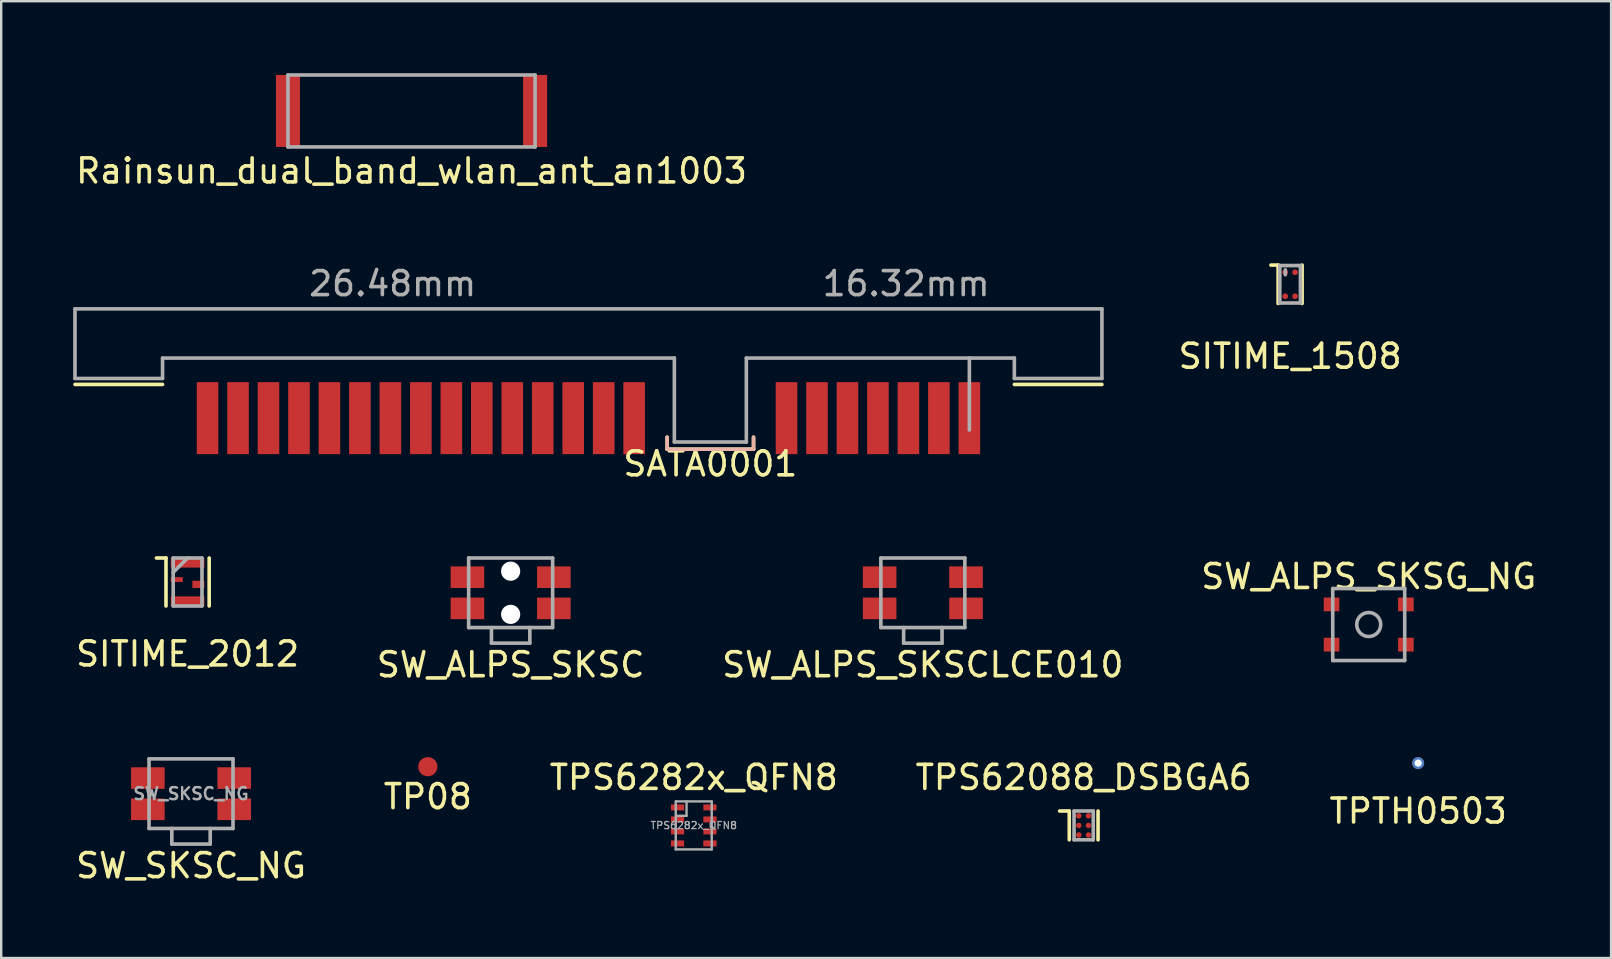
<source format=kicad_pcb>
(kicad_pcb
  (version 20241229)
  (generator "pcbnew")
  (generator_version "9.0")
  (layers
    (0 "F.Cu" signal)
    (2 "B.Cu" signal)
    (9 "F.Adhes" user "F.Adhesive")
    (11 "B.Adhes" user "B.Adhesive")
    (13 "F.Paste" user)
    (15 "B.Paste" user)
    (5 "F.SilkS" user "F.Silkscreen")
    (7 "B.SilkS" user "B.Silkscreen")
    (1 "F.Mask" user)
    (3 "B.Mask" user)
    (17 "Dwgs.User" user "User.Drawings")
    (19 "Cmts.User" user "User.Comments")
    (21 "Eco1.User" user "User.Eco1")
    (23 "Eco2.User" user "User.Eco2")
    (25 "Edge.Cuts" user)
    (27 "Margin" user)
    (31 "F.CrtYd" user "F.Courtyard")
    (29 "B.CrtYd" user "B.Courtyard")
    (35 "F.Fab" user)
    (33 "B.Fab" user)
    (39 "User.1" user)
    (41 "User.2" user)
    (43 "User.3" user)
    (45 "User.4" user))
  (footprint "TPS62088_DSBGA6"
    (layer "F.Cu")
    (at 42.113 31.351)
    (property "Reference" "TPS62088_DSBGA6" (at 0 -2 0) (layer "F.SilkS") (effects (font (size 1 1) (thickness 0.15))))
    (attr through_hole)
    (fp_line (start -1 -0.6) (end -0.6 -0.6) (stroke (width 0.15) (type solid)) (layer "F.SilkS"))
    (fp_line (start -0.6 -0.6) (end -0.6 0.6) (stroke (width 0.15) (type solid)) (layer "F.SilkS"))
    (fp_line (start 0.6 -0.6) (end 0.6 0.6) (stroke (width 0.15) (type solid)) (layer "F.SilkS"))
    (fp_line (start -0.4 -0.6) (end 0.4 -0.6) (stroke (width 0.15) (type solid)) (layer "F.Fab"))
    (fp_line (start -0.4 0.6) (end -0.4 -0.6) (stroke (width 0.15) (type solid)) (layer "F.Fab"))
    (fp_line (start 0.4 -0.6) (end 0.4 0.6) (stroke (width 0.15) (type solid)) (layer "F.Fab"))
    (fp_line (start 0.4 0.6) (end -0.4 0.6) (stroke (width 0.15) (type solid)) (layer "F.Fab"))
    (pad "A1" smd circle (at -0.2 -0.4) (size 0.23 0.23) (layers "F.Cu" "F.Mask" "F.Paste"))
    (pad "A2" smd circle (at 0.2 -0.4) (size 0.23 0.23) (layers "F.Cu" "F.Mask" "F.Paste"))
    (pad "B1" smd circle (at -0.2 0) (size 0.23 0.23) (layers "F.Cu" "F.Mask" "F.Paste"))
    (pad "B2" smd circle (at 0.2 0) (size 0.23 0.23) (layers "F.Cu" "F.Mask" "F.Paste"))
    (pad "C1" smd circle (at -0.2 0.4) (size 0.23 0.23) (layers "F.Cu" "F.Mask" "F.Paste"))
    (pad "C2" smd circle (at 0.2 0.4) (size 0.23 0.23) (layers "F.Cu" "F.Mask" "F.Paste")))
  (footprint "SITIME_2012"
    (layer "F.Cu")
    (at 4.768 21.205)
    (property "Reference" "SITIME_2012" (at 0 3 0) (layer "F.SilkS") (effects (font (size 1 1) (thickness 0.15))))
    (attr through_hole)
    (fp_line (start -0.9 -1) (end -1.3 -1) (stroke (width 0.15) (type solid)) (layer "F.SilkS"))
    (fp_line (start -0.9 -1) (end -0.9 1) (stroke (width 0.15) (type solid)) (layer "F.SilkS"))
    (fp_line (start 0.9 -1) (end 0.9 1) (stroke (width 0.15) (type solid)) (layer "F.SilkS"))
    (fp_line (start -0.6 -1) (end -0.6 1) (stroke (width 0.15) (type solid)) (layer "F.Fab"))
    (fp_line (start -0.6 1) (end 0.6 1) (stroke (width 0.15) (type solid)) (layer "F.Fab"))
    (fp_line (start 0 -1) (end -0.6 -0.4) (stroke (width 0.15) (type solid)) (layer "F.Fab"))
    (fp_line (start 0.6 -1) (end -0.6 -1) (stroke (width 0.15) (type solid)) (layer "F.Fab"))
    (fp_line (start 0.6 1) (end 0.6 -1) (stroke (width 0.15) (type solid)) (layer "F.Fab"))
    (pad "1" smd rect (at 0 -0.8) (size 1.4 0.4) (layers "F.Cu" "F.Mask" "F.Paste"))
    (pad "2" smd rect (at -0.45 -0.1) (size 0.5 0.2) (layers "F.Cu" "F.Mask" "F.Paste"))
    (pad "3" smd rect (at 0 0.8) (size 1.4 0.4) (layers "F.Cu" "F.Mask" "F.Paste"))
    (pad "4" smd rect (at 0.45 0.1) (size 0.5 0.3) (layers "F.Cu" "F.Mask" "F.Paste")))
  (footprint "SW_SKSC_NG"
    (layer "F.Cu")
    (at 4.911 30.028)
    (property "Reference" "SW_SKSC_NG" (at 0 3 0) (layer "F.SilkS") (effects (font (size 1 1) (thickness 0.15))))
    (attr through_hole)
    (fp_line (start -1.75 -1.45) (end 1.75 -1.45) (stroke (width 0.15) (type solid)) (layer "F.Fab"))
    (fp_line (start -1.75 1.45) (end -1.75 -1.45) (stroke (width 0.15) (type solid)) (layer "F.Fab"))
    (fp_line (start -0.8 1.45) (end -0.8 2.1) (stroke (width 0.15) (type solid)) (layer "F.Fab"))
    (fp_line (start -0.8 2.1) (end 0.8 2.1) (stroke (width 0.15) (type solid)) (layer "F.Fab"))
    (fp_line (start 0.8 2.1) (end 0.8 1.45) (stroke (width 0.15) (type solid)) (layer "F.Fab"))
    (fp_line (start 1.75 -1.45) (end 1.75 1.45) (stroke (width 0.15) (type solid)) (layer "F.Fab"))
    (fp_line (start 1.75 1.45) (end -1.75 1.45) (stroke (width 0.15) (type solid)) (layer "F.Fab"))
    (fp_text user "${REFERENCE}" (at 0 0 0) (layer "F.Fab") (effects (font (size 0.5 0.5) (thickness 0.1))))
    (pad "1" smd rect (at -1.8 0.65) (size 1.4 0.9) (layers "F.Cu" "F.Mask" "F.Paste"))
    (pad "2" smd rect (at 1.8 0.65) (size 1.4 0.9) (layers "F.Cu" "F.Mask" "F.Paste"))
    (pad "3" smd rect (at -1.8 -0.65) (size 1.4 0.9) (layers "F.Cu" "F.Mask" "F.Paste"))
    (pad "4" smd rect (at 1.8 -0.65) (size 1.4 0.9) (layers "F.Cu" "F.Mask" "F.Paste")))
  (footprint "TP08"
    (layer "F.Cu")
    (at 14.78 28.903)
    (property "Reference" "TP08" (at 0 1.25 0) (layer "F.SilkS") (effects (font (size 1 1) (thickness 0.15))))
    (attr through_hole)
    (pad "1" smd circle (at 0 0) (size 0.8 0.8) (layers "F.Cu" "F.Mask" "F.Paste")))
  (footprint "SW_ALPS_SKSC"
    (layer "F.Cu")
    (at 18.232 21.655)
    (property "Reference" "SW_ALPS_SKSC" (at 0 3 0) (layer "F.SilkS") (effects (font (size 1 1) (thickness 0.15))))
    (attr through_hole)
    (fp_line (start -1.75 -1.45) (end 1.75 -1.45) (stroke (width 0.15) (type solid)) (layer "F.Fab"))
    (fp_line (start -1.75 1.45) (end -1.75 -1.45) (stroke (width 0.15) (type solid)) (layer "F.Fab"))
    (fp_line (start -0.8 1.45) (end -0.8 2.1) (stroke (width 0.15) (type solid)) (layer "F.Fab"))
    (fp_line (start -0.8 2.1) (end 0.8 2.1) (stroke (width 0.15) (type solid)) (layer "F.Fab"))
    (fp_line (start 0.8 2.1) (end 0.8 1.45) (stroke (width 0.15) (type solid)) (layer "F.Fab"))
    (fp_line (start 1.75 -1.45) (end 1.75 1.45) (stroke (width 0.15) (type solid)) (layer "F.Fab"))
    (fp_line (start 1.75 1.45) (end -1.75 1.45) (stroke (width 0.15) (type solid)) (layer "F.Fab"))
    (pad "" np_thru_hole circle (at 0 -0.9) (size 0.8 0.8) (drill 0.8) (layers "*.Cu" "*.Mask"))
    (pad "" np_thru_hole circle (at 0 0.9) (size 0.8 0.8) (drill 0.8) (layers "*.Cu" "*.Mask"))
    (pad "1" smd rect (at -1.8 0.65) (size 1.4 0.9) (layers "F.Cu" "F.Mask" "F.Paste"))
    (pad "2" smd rect (at 1.8 0.65) (size 1.4 0.9) (layers "F.Cu" "F.Mask" "F.Paste"))
    (pad "3" smd rect (at -1.8 -0.65) (size 1.4 0.9) (layers "F.Cu" "F.Mask" "F.Paste"))
    (pad "4" smd rect (at 1.8 -0.65) (size 1.4 0.9) (layers "F.Cu" "F.Mask" "F.Paste")))
  (footprint "TPS6282x_QFN8"
    (layer "F.Cu")
    (at 25.863 31.351)
    (property "Reference" "TPS6282x_QFN8" (at 0 -2 0) (layer "F.SilkS") (effects (font (size 1 1) (thickness 0.15))))
    (attr through_hole)
    (fp_line (start -0.75 -1) (end -0.75 1) (stroke (width 0.1) (type solid)) (layer "F.Fab"))
    (fp_line (start -0.75 1) (end 0.75 1) (stroke (width 0.1) (type solid)) (layer "F.Fab"))
    (fp_line (start -0.3 -1) (end -0.3 -0.4) (stroke (width 0.1) (type solid)) (layer "F.Fab"))
    (fp_line (start -0.3 -0.4) (end -0.7 -0.4) (stroke (width 0.1) (type solid)) (layer "F.Fab"))
    (fp_line (start 0.75 -1) (end -0.75 -1) (stroke (width 0.1) (type solid)) (layer "F.Fab"))
    (fp_line (start 0.75 1) (end 0.75 -1) (stroke (width 0.1) (type solid)) (layer "F.Fab"))
    (fp_text user "${REFERENCE}" (at 0 0 0) (layer "F.Fab") (effects (font (size 0.3 0.3) (thickness 0.05))))
    (pad "1" smd rect (at -0.675 -0.75) (size 0.55 0.25) (layers "F.Cu" "F.Mask" "F.Paste"))
    (pad "2" smd rect (at -0.675 -0.25) (size 0.55 0.25) (layers "F.Cu" "F.Mask" "F.Paste"))
    (pad "3" smd rect (at -0.675 0.25) (size 0.55 0.25) (layers "F.Cu" "F.Mask" "F.Paste"))
    (pad "4" smd rect (at -0.675 0.75) (size 0.55 0.25) (layers "F.Cu" "F.Mask" "F.Paste"))
    (pad "5" smd rect (at 0.675 0.75) (size 0.55 0.25) (layers "F.Cu" "F.Mask" "F.Paste"))
    (pad "6" smd rect (at 0.675 0.25) (size 0.55 0.25) (layers "F.Cu" "F.Mask" "F.Paste"))
    (pad "7" smd rect (at 0.675 -0.25) (size 0.55 0.25) (layers "F.Cu" "F.Mask" "F.Paste"))
    (pad "8" smd rect (at 0.675 -0.75) (size 0.55 0.25) (layers "F.Cu" "F.Mask" "F.Paste")))
  (footprint "Rainsun_dual_band_wlan_ant_an1003"
    (layer "F.Cu")
    (at 14.101 1.575)
    (property "Reference" "Rainsun_dual_band_wlan_ant_an1003" (at 0 2.5 0) (layer "F.SilkS") (effects (font (size 1 1) (thickness 0.15))))
    (attr through_hole)
    (fp_line (start -5.15 -1.5) (end -5.15 1.5) (stroke (width 0.15) (type solid)) (layer "F.Fab"))
    (fp_line (start -5.15 -1.5) (end 5.15 -1.5) (stroke (width 0.15) (type solid)) (layer "F.Fab"))
    (fp_line (start -5.15 1.5) (end 5.15 1.5) (stroke (width 0.15) (type solid)) (layer "F.Fab"))
    (fp_line (start 5.15 -1.5) (end 5.15 1.5) (stroke (width 0.15) (type solid)) (layer "F.Fab"))
    (pad "1" smd rect (at -5.15 0) (size 1 3) (layers "F.Cu" "F.Mask" "F.Paste"))
    (pad "2" smd rect (at 5.15 0) (size 1 3) (layers "F.Cu" "F.Mask" "F.Paste")))
  (footprint "SW_ALPS_SKSG_NG"
    (layer "F.Cu")
    (at 53.994 22.978)
    (property "Reference" "SW_ALPS_SKSG_NG" (at 0 -2 0) (layer "F.SilkS") (effects (font (size 1 1) (thickness 0.15))))
    (attr through_hole)
    (fp_line (start -1.5 -1.5) (end 1.5 -1.5) (stroke (width 0.15) (type solid)) (layer "F.Fab"))
    (fp_line (start -1.5 1.5) (end -1.5 -1.5) (stroke (width 0.15) (type solid)) (layer "F.Fab"))
    (fp_line (start 1.5 -1.5) (end 1.5 1.5) (stroke (width 0.15) (type solid)) (layer "F.Fab"))
    (fp_line (start 1.5 1.5) (end -1.5 1.5) (stroke (width 0.15) (type solid)) (layer "F.Fab"))
    (fp_circle (center 0 0) (end 0 -0.5) (stroke (width 0.15) (type solid)) (fill no) (layer "F.Fab"))
    (pad "1" smd rect (at -1.55 -0.838) (size 0.65 0.575) (layers "F.Cu" "F.Mask" "F.Paste"))
    (pad "2" smd rect (at -1.55 0.838) (size 0.65 0.575) (layers "F.Cu" "F.Mask" "F.Paste"))
    (pad "3" smd rect (at 1.55 -0.838) (size 0.65 0.575) (layers "F.Cu" "F.Mask" "F.Paste"))
    (pad "4" smd rect (at 1.55 0.838) (size 0.65 0.575) (layers "F.Cu" "F.Mask" "F.Paste")))
  (footprint "SATA0001"
    (layer "F.Cu")
    (at 26.555 12.472)
    (property "Reference" "SATA0001" (at 0 3.81 0) (layer "F.SilkS") (effects (font (size 1 1) (thickness 0.15))))
    (attr through_hole)
    (fp_line (start -26.48 0.5) (end -22.83 0.5) (stroke (width 0.15) (type solid)) (layer "F.SilkS"))
    (fp_line (start -1.8 3.2) (end -1.8 2.7) (stroke (width 0.15) (type solid)) (layer "F.SilkS"))
    (fp_line (start -1.8 3.2) (end 1.8 3.2) (stroke (width 0.15) (type solid)) (layer "F.SilkS"))
    (fp_line (start 1.8 3.2) (end 1.8 2.7) (stroke (width 0.15) (type solid)) (layer "F.SilkS"))
    (fp_line (start 12.67 0.5) (end 16.32 0.5) (stroke (width 0.15) (type solid)) (layer "F.SilkS"))
    (fp_line (start -1.8 3.2) (end -1.8 2.7) (stroke (width 0.15) (type solid)) (layer "B.SilkS"))
    (fp_line (start 1.8 2.7) (end 1.8 3.2) (stroke (width 0.15) (type solid)) (layer "B.SilkS"))
    (fp_line (start 1.8 3.2) (end -1.8 3.2) (stroke (width 0.15) (type solid)) (layer "B.SilkS"))
    (fp_line (start -26.48 -2.65) (end -26.48 0.25) (stroke (width 0.15) (type solid)) (layer "F.Fab"))
    (fp_line (start -22.83 -0.6) (end -22.83 0.25) (stroke (width 0.15) (type solid)) (layer "F.Fab"))
    (fp_line (start -22.83 0.25) (end -26.48 0.25) (stroke (width 0.15) (type solid)) (layer "F.Fab"))
    (fp_line (start -1.5 -0.6) (end -22.83 -0.6) (stroke (width 0.15) (type solid)) (layer "F.Fab"))
    (fp_line (start -1.5 -0.6) (end -1.5 2.9) (stroke (width 0.15) (type solid)) (layer "F.Fab"))
    (fp_line (start 1.5 -0.6) (end 1.5 2.9) (stroke (width 0.15) (type solid)) (layer "F.Fab"))
    (fp_line (start 1.5 2.9) (end -1.5 2.9) (stroke (width 0.15) (type solid)) (layer "F.Fab"))
    (fp_line (start 10.795 -0.6) (end 10.795 2.4) (stroke (width 0.15) (type solid)) (layer "F.Fab"))
    (fp_line (start 12.67 -0.6) (end 1.5 -0.6) (stroke (width 0.15) (type solid)) (layer "F.Fab"))
    (fp_line (start 12.67 -0.6) (end 12.67 0.25) (stroke (width 0.15) (type solid)) (layer "F.Fab"))
    (fp_line (start 16.32 -2.65) (end -26.48 -2.65) (stroke (width 0.15) (type solid)) (layer "F.Fab"))
    (fp_line (start 16.32 -2.65) (end 16.32 0.25) (stroke (width 0.15) (type solid)) (layer "F.Fab"))
    (fp_line (start 16.32 0.25) (end 12.67 0.25) (stroke (width 0.15) (type solid)) (layer "F.Fab"))
    (fp_text user "26.48mm" (at -13.24 -3.7 0) (layer "F.Fab") (effects (font (size 1 1) (thickness 0.15))))
    (fp_text user "16.32mm" (at 8.16 -3.7 0) (layer "F.Fab") (effects (font (size 1 1) (thickness 0.15))))
    (pad "1" smd rect (at 10.795 1.905) (size 0.9 3) (layers "F.Cu" "F.Mask" "F.Paste"))
    (pad "2" smd rect (at 9.525 1.905) (size 0.9 3) (layers "F.Cu" "F.Mask" "F.Paste"))
    (pad "3" smd rect (at 8.255 1.905) (size 0.9 3) (layers "F.Cu" "F.Mask" "F.Paste"))
    (pad "4" smd rect (at 6.985 1.905) (size 0.9 3) (layers "F.Cu" "F.Mask" "F.Paste"))
    (pad "5" smd rect (at 5.715 1.905) (size 0.9 3) (layers "F.Cu" "F.Mask" "F.Paste"))
    (pad "6" smd rect (at 4.445 1.905) (size 0.9 3) (layers "F.Cu" "F.Mask" "F.Paste"))
    (pad "7" smd rect (at 3.175 1.905) (size 0.9 3) (layers "F.Cu" "F.Mask" "F.Paste"))
    (pad "8" smd rect (at -3.175 1.905) (size 0.9 3) (layers "F.Cu" "F.Mask" "F.Paste"))
    (pad "9" smd rect (at -4.445 1.905) (size 0.9 3) (layers "F.Cu" "F.Mask" "F.Paste"))
    (pad "10" smd rect (at -5.715 1.905) (size 0.9 3) (layers "F.Cu" "F.Mask" "F.Paste"))
    (pad "11" smd rect (at -6.985 1.905) (size 0.9 3) (layers "F.Cu" "F.Mask" "F.Paste"))
    (pad "12" smd rect (at -8.255 1.905) (size 0.9 3) (layers "F.Cu" "F.Mask" "F.Paste"))
    (pad "13" smd rect (at -9.525 1.905) (size 0.9 3) (layers "F.Cu" "F.Mask" "F.Paste"))
    (pad "14" smd rect (at -10.795 1.905) (size 0.9 3) (layers "F.Cu" "F.Mask" "F.Paste"))
    (pad "15" smd rect (at -12.065 1.905) (size 0.9 3) (layers "F.Cu" "F.Mask" "F.Paste"))
    (pad "16" smd rect (at -13.335 1.905) (size 0.9 3) (layers "F.Cu" "F.Mask" "F.Paste"))
    (pad "17" smd rect (at -14.605 1.905) (size 0.9 3) (layers "F.Cu" "F.Mask" "F.Paste"))
    (pad "18" smd rect (at -15.875 1.905) (size 0.9 3) (layers "F.Cu" "F.Mask" "F.Paste"))
    (pad "19" smd rect (at -17.145 1.905) (size 0.9 3) (layers "F.Cu" "F.Mask" "F.Paste"))
    (pad "20" smd rect (at -18.415 1.905) (size 0.9 3) (layers "F.Cu" "F.Mask" "F.Paste"))
    (pad "21" smd rect (at -19.685 1.905) (size 0.9 3) (layers "F.Cu" "F.Mask" "F.Paste"))
    (pad "22" smd rect (at -20.955 1.905) (size 0.9 3) (layers "F.Cu" "F.Mask" "F.Paste")))
  (footprint "SW_ALPS_SKSCLCE010"
    (layer "F.Cu")
    (at 35.411 21.655)
    (property "Reference" "SW_ALPS_SKSCLCE010" (at 0 3 0) (layer "F.SilkS") (effects (font (size 1 1) (thickness 0.15))))
    (attr through_hole)
    (fp_line (start -1.75 -1.45) (end 1.75 -1.45) (stroke (width 0.15) (type solid)) (layer "F.Fab"))
    (fp_line (start -1.75 1.45) (end -1.75 -1.45) (stroke (width 0.15) (type solid)) (layer "F.Fab"))
    (fp_line (start -0.8 1.45) (end -0.8 2.1) (stroke (width 0.15) (type solid)) (layer "F.Fab"))
    (fp_line (start -0.8 2.1) (end 0.8 2.1) (stroke (width 0.15) (type solid)) (layer "F.Fab"))
    (fp_line (start 0.8 2.1) (end 0.8 1.45) (stroke (width 0.15) (type solid)) (layer "F.Fab"))
    (fp_line (start 1.75 -1.45) (end 1.75 1.45) (stroke (width 0.15) (type solid)) (layer "F.Fab"))
    (fp_line (start 1.75 1.45) (end -1.75 1.45) (stroke (width 0.15) (type solid)) (layer "F.Fab"))
    (pad "1" smd rect (at -1.8 0.65) (size 1.4 0.9) (layers "F.Cu" "F.Mask" "F.Paste"))
    (pad "2" smd rect (at 1.8 0.65) (size 1.4 0.9) (layers "F.Cu" "F.Mask" "F.Paste"))
    (pad "3" smd rect (at -1.8 -0.65) (size 1.4 0.9) (layers "F.Cu" "F.Mask" "F.Paste"))
    (pad "4" smd rect (at 1.8 -0.65) (size 1.4 0.9) (layers "F.Cu" "F.Mask" "F.Paste")))
  (footprint "SITIME_1508"
    (layer "F.Cu")
    (at 50.718 8.798)
    (property "Reference" "SITIME_1508" (at 0 3 0) (layer "F.SilkS") (effects (font (size 1 1) (thickness 0.15))))
    (attr through_hole)
    (fp_line (start -0.8 -0.8) (end -0.5 -0.8) (stroke (width 0.15) (type solid)) (layer "F.SilkS"))
    (fp_line (start -0.5 -0.8) (end -0.5 0.8) (stroke (width 0.15) (type solid)) (layer "F.SilkS"))
    (fp_line (start 0.5 -0.8) (end 0.5 0.8) (stroke (width 0.15) (type solid)) (layer "F.SilkS"))
    (fp_line (start -0.43 -0.78) (end 0.43 -0.78) (stroke (width 0.15) (type solid)) (layer "F.Fab"))
    (fp_line (start -0.43 0.78) (end -0.43 -0.78) (stroke (width 0.15) (type solid)) (layer "F.Fab"))
    (fp_line (start -0.2 -0.6) (end -0.2 -0.4) (stroke (width 0.15) (type solid)) (layer "F.Fab"))
    (fp_line (start 0.43 -0.78) (end 0.43 0.78) (stroke (width 0.15) (type solid)) (layer "F.Fab"))
    (fp_line (start 0.43 0.78) (end -0.43 0.78) (stroke (width 0.15) (type solid)) (layer "F.Fab"))
    (pad "1" smd circle (at -0.205 -0.5) (size 0.24 0.24) (layers "F.Cu" "F.Mask" "F.Paste"))
    (pad "2" smd circle (at -0.205 0.5) (size 0.24 0.24) (layers "F.Cu" "F.Mask" "F.Paste"))
    (pad "3" smd circle (at 0.205 0.5) (size 0.24 0.24) (layers "F.Cu" "F.Mask" "F.Paste"))
    (pad "4" smd circle (at 0.205 -0.5) (size 0.24 0.24) (layers "F.Cu" "F.Mask" "F.Paste")))
  (footprint "TPTH0503"
    (layer "F.Cu")
    (at 56.054 28.753)
    (property "Reference" "TPTH0503" (at 0 2 0) (layer "F.SilkS") (effects (font (size 1 1) (thickness 0.15))))
    (attr through_hole)
    (pad "1" thru_hole circle (at 0 0) (size 0.5 0.5) (drill 0.3) (layers "*.Cu" "*.Mask")))
  (gr_rect
    (start -3 -3)
    (end 64.095 36.876)
    (stroke (width 0.1) (type default))
    (fill no)
    (layer "Edge.Cuts")))
</source>
